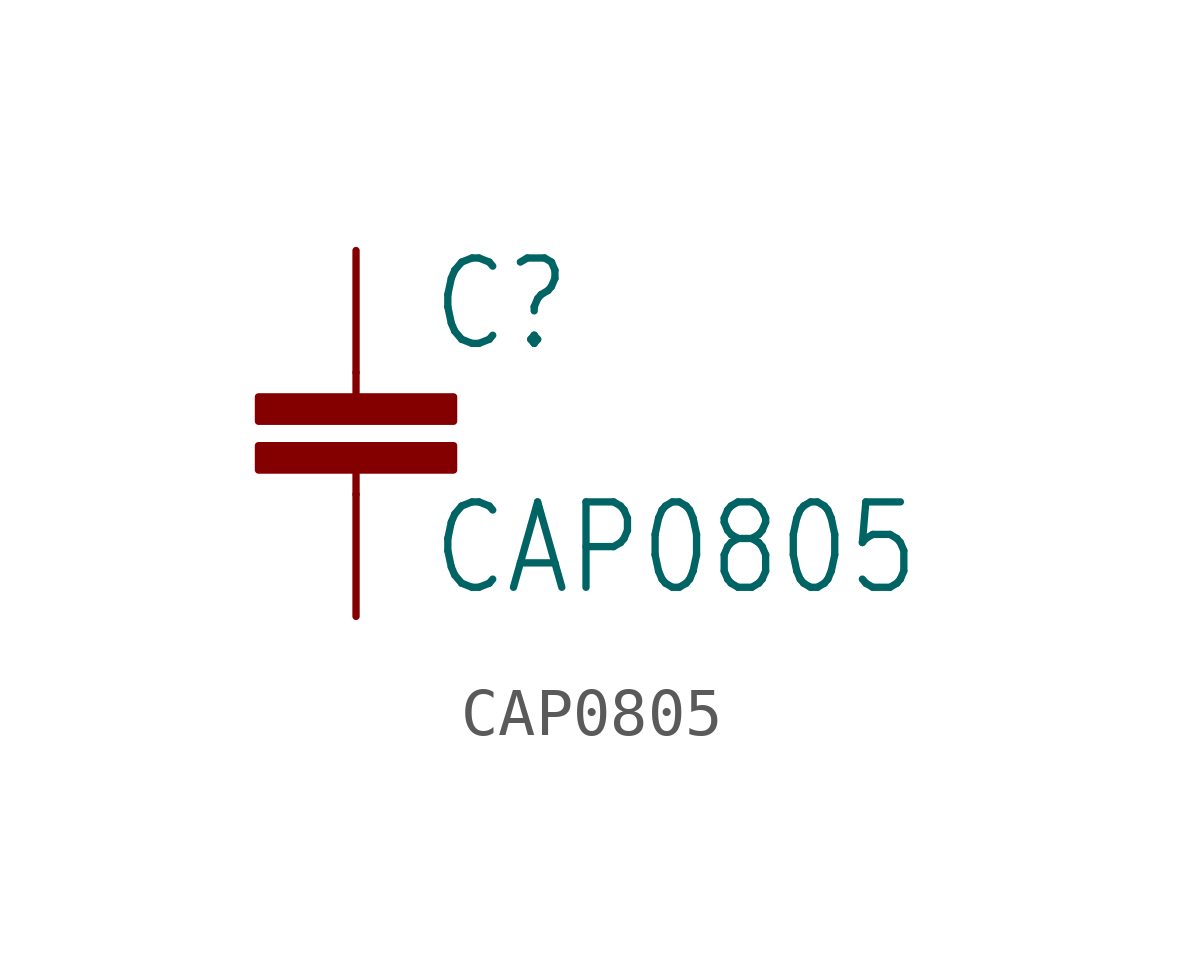
<source format=kicad_sym>
(kicad_symbol_lib
  (version 20211014)
  (generator kicad_symbol_editor)
  (symbol "CAP0805"
    (property "Reference" "C"
      (at 1.524 2.921 0)
      (effects (font (size 1.778 1.511)) (justify left bottom)))
    (property "Value" "CAP0805"
      (at 1.524 -2.159 0)
      (effects (font (size 1.778 1.511)) (justify left bottom)))
    (property "ki_locked" ""
      (at 0 0 0)
      (effects (font (size 1.27 1.27))))
    (symbol "CAP0805_1_0"
      (rectangle (start -2.032 0.508) (end 2.032 1.016) (stroke (width 0) (type default) (color 0 0 0 0)) (fill (type outline)))
      (rectangle (start -2.032 1.524) (end 2.032 2.032) (stroke (width 0) (type default) (color 0 0 0 0)) (fill (type outline)))
      (polyline (pts (xy 0 0) (xy 0 0.508)) (stroke (width 0.152) (type default) (color 0 0 0 0)) (fill (type none)))
      (polyline (pts (xy 0 2.54) (xy 0 2.032)) (stroke (width 0.152) (type default) (color 0 0 0 0)) (fill (type none)))
      (pin passive line (at 0 5.08 270) (length 2.54) (name "1" (effects (font (size 0 0)))) (number "1" (effects (font (size 0 0)))))
      (pin passive line (at 0 -2.54 90) (length 2.54) (name "2" (effects (font (size 0 0)))) (number "2" (effects (font (size 0 0))))))))
</source>
